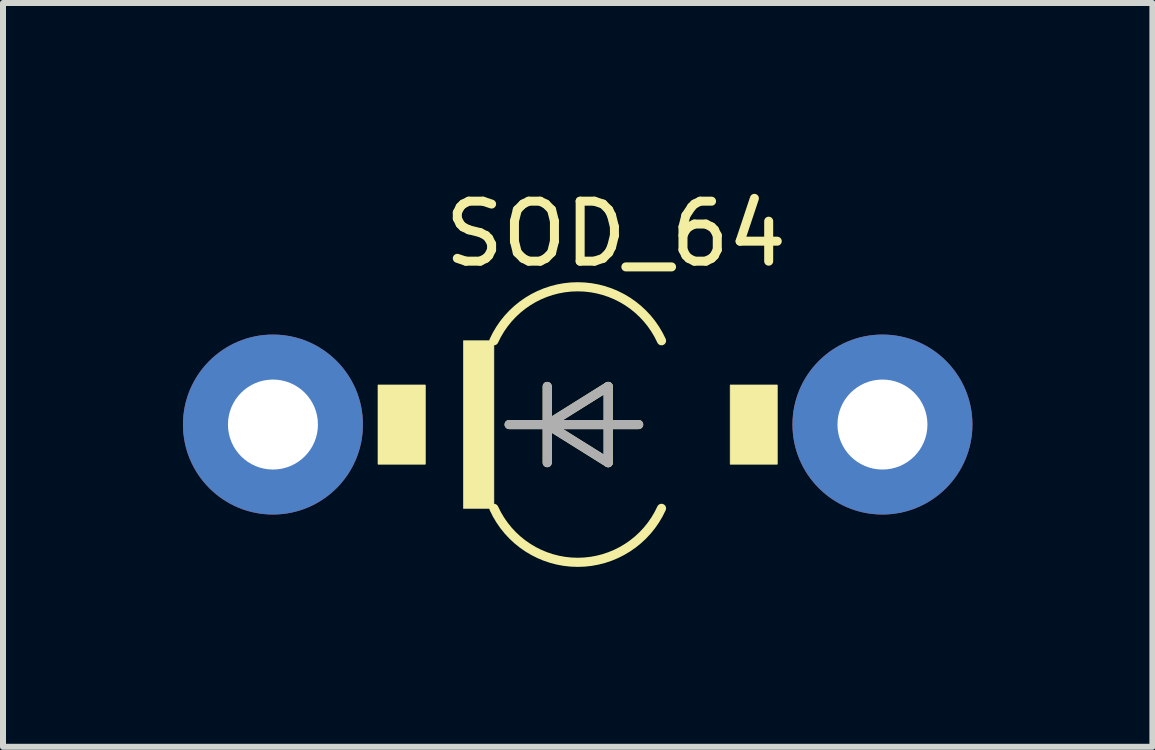
<source format=kicad_pcb>
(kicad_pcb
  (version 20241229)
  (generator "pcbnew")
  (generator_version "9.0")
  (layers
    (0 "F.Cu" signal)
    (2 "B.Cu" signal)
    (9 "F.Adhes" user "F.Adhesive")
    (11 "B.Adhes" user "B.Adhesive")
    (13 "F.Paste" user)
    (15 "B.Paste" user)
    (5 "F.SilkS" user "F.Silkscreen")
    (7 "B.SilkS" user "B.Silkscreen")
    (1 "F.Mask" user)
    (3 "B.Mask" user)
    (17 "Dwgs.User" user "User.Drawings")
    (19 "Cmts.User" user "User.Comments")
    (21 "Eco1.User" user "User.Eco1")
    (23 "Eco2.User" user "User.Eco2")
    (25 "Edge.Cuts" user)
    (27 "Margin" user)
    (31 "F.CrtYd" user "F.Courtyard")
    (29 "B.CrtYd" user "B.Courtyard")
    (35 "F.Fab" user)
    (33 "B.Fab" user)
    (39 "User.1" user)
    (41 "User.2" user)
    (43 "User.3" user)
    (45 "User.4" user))
  (footprint "SOD_64"
    (layer "F.Cu")
    (at 6.58 4.027)
    (property "Reference" "SOD_64" (at 0.636 -3.178 0) (layer "F.SilkS") (effects (font (size 1 1) (thickness 0.15))))
    (attr through_hole)
    (fp_line (start -1.143 0) (end -0.508 0) (stroke (width 0.152) (type solid)) (layer "F.SilkS"))
    (fp_line (start -0.508 -0.635) (end -0.508 0) (stroke (width 0.152) (type solid)) (layer "F.SilkS"))
    (fp_line (start -0.508 0) (end -0.508 0.635) (stroke (width 0.152) (type solid)) (layer "F.SilkS"))
    (fp_line (start -0.508 0) (end 0.508 -0.635) (stroke (width 0.152) (type solid)) (layer "F.SilkS"))
    (fp_line (start -0.508 0) (end 1.016 0) (stroke (width 0.152) (type solid)) (layer "F.SilkS"))
    (fp_line (start 0.508 -0.635) (end 0.508 0.635) (stroke (width 0.152) (type solid)) (layer "F.SilkS"))
    (fp_line (start 0.508 0.635) (end -0.508 0) (stroke (width 0.152) (type solid)) (layer "F.SilkS"))
    (fp_arc (start -1.397 -1.397001) (mid 0 -2.296547) (end 1.397 -1.397) (stroke (width 0.1524) (type solid)) (layer "F.SilkS"))
    (fp_arc (start 1.397 1.397) (mid 0 2.296546) (end -1.397 1.397001) (stroke (width 0.1524) (type solid)) (layer "F.SilkS"))
    (fp_poly (pts (xy -3.329 -0.66) (xy -2.54 -0.66) (xy -2.54 0.661) (xy -3.329 0.661)) (stroke (width 0.01) (type solid)) (fill yes) (layer "F.SilkS"))
    (fp_poly (pts (xy -1.905 -1.397) (xy -1.397 -1.397) (xy -1.397 1.397) (xy -1.905 1.397)) (stroke (width 0.01) (type solid)) (fill yes) (layer "F.SilkS"))
    (fp_poly (pts (xy 2.541 -0.66) (xy 3.327 -0.66) (xy 3.327 0.661) (xy 2.541 0.661)) (stroke (width 0.01) (type solid)) (fill yes) (layer "F.SilkS"))
    (fp_line (start -1.143 0) (end -0.508 0) (stroke (width 0.152) (type solid)) (layer "F.Fab"))
    (fp_line (start -0.508 -0.635) (end -0.508 0) (stroke (width 0.152) (type solid)) (layer "F.Fab"))
    (fp_line (start -0.508 0) (end -0.508 0.635) (stroke (width 0.152) (type solid)) (layer "F.Fab"))
    (fp_line (start -0.508 0) (end 0.508 -0.635) (stroke (width 0.152) (type solid)) (layer "F.Fab"))
    (fp_line (start -0.508 0) (end 1.016 0) (stroke (width 0.152) (type solid)) (layer "F.Fab"))
    (fp_line (start 0.508 -0.635) (end 0.508 0.635) (stroke (width 0.152) (type solid)) (layer "F.Fab"))
    (fp_line (start 0.508 0.635) (end -0.508 0) (stroke (width 0.152) (type solid)) (layer "F.Fab"))
    (pad "A" thru_hole circle (at 5.08 0) (size 3 3) (drill 1.5) (layers "*.Cu" "*.Mask"))
    (pad "C" thru_hole circle (at -5.08 0) (size 3 3) (drill 1.5) (layers "*.Cu" "*.Mask")))
  (gr_rect
    (start -3 -3)
    (end 16.16 9.399)
    (stroke (width 0.1) (type default))
    (fill no)
    (layer "Edge.Cuts")))
</source>
